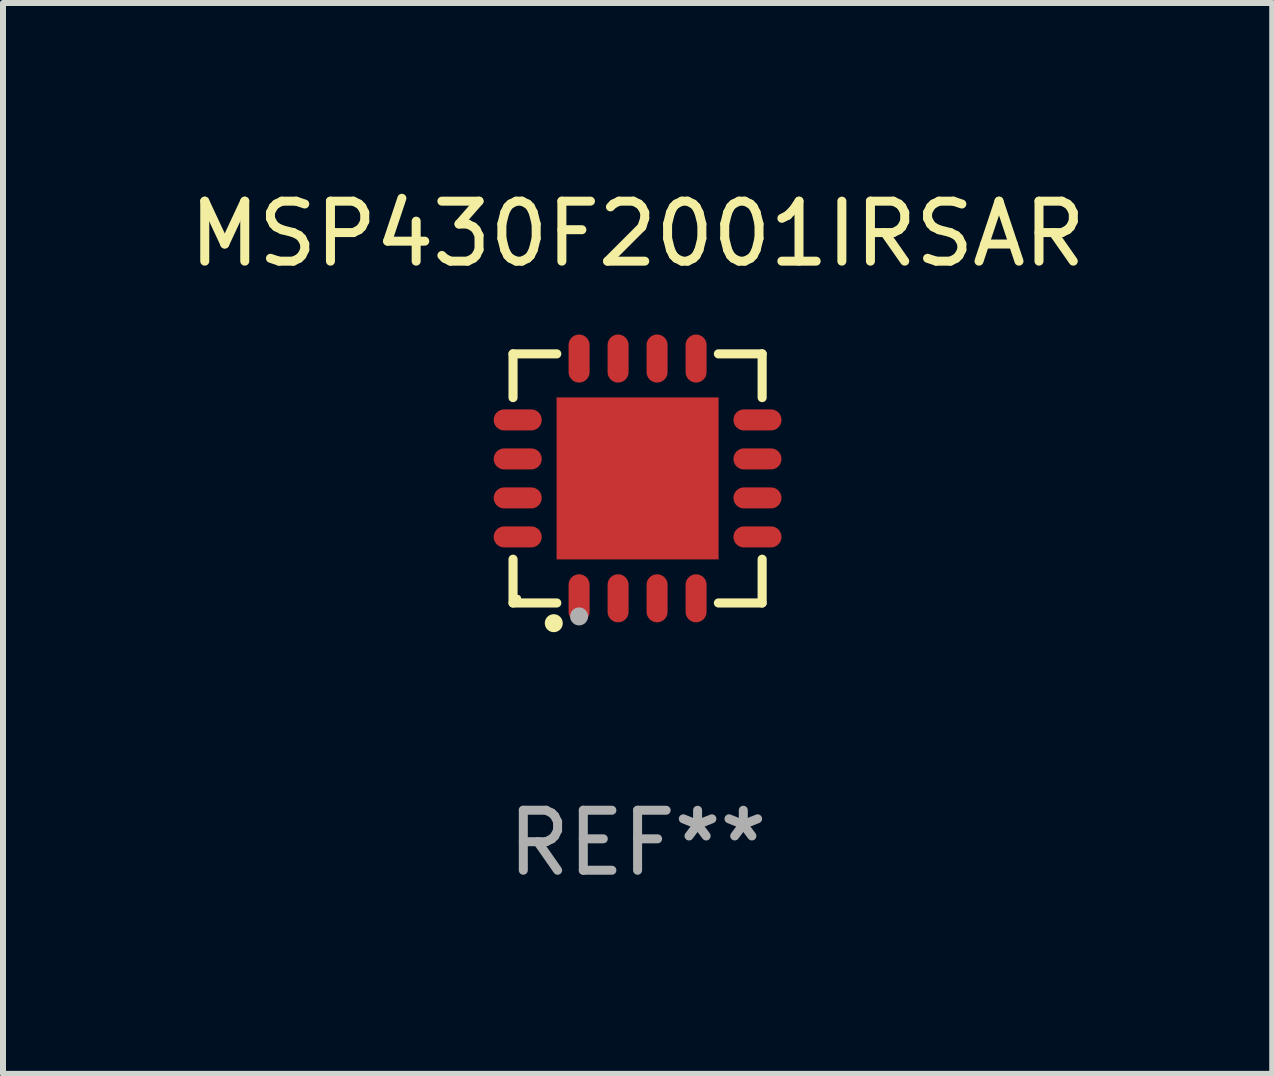
<source format=kicad_pcb>
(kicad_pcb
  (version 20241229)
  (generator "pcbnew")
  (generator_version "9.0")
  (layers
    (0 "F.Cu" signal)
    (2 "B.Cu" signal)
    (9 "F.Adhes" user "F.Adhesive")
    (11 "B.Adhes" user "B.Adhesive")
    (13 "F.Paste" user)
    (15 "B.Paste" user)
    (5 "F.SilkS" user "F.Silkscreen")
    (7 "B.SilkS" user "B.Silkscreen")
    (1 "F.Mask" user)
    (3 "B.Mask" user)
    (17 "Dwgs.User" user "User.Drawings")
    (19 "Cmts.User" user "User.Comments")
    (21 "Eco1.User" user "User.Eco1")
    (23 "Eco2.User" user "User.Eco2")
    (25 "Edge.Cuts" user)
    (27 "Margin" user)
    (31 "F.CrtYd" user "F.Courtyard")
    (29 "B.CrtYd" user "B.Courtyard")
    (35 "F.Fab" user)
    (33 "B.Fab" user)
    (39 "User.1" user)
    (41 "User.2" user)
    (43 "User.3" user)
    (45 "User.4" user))
  (footprint "MSP430F2001IRSAR"
    (layer "F.Cu")
    (at 7.577 4.924)
    (property "Reference" "MSP430F2001IRSAR" (at 0 -4.076 0) (layer "F.SilkS") (effects (font (size 1 1) (thickness 0.15))))
    (attr through_hole)
    (fp_line (start -2.076 -2.076) (end -1.347 -2.076) (stroke (width 0.152) (type solid)) (layer "F.SilkS"))
    (fp_line (start -2.076 -1.347) (end -2.076 -2.076) (stroke (width 0.152) (type solid)) (layer "F.SilkS"))
    (fp_line (start -2.076 1.347) (end -2.076 2.076) (stroke (width 0.152) (type solid)) (layer "F.SilkS"))
    (fp_line (start -2.076 2.076) (end -1.347 2.076) (stroke (width 0.152) (type solid)) (layer "F.SilkS"))
    (fp_line (start 2.076 -2.076) (end 1.347 -2.076) (stroke (width 0.152) (type solid)) (layer "F.SilkS"))
    (fp_line (start 2.076 -1.347) (end 2.076 -2.076) (stroke (width 0.152) (type solid)) (layer "F.SilkS"))
    (fp_line (start 2.076 1.347) (end 2.076 2.076) (stroke (width 0.152) (type solid)) (layer "F.SilkS"))
    (fp_line (start 2.076 2.076) (end 1.347 2.076) (stroke (width 0.152) (type solid)) (layer "F.SilkS"))
    (fp_circle (center -2 2) (end -1.97 2) (stroke (width 0.06) (type solid)) (fill no) (layer "F.SilkS"))
    (fp_circle (center -1.397 2.413) (end -1.322 2.413) (stroke (width 0.15) (type solid)) (fill no) (layer "F.SilkS"))
    (fp_circle (center -0.975 2.3) (end -0.9 2.3) (stroke (width 0.15) (type solid)) (fill no) (layer "F.Fab"))
    (fp_text user "REF**" (at 0 6.076 0) (layer "F.Fab") (effects (font (size 1 1) (thickness 0.15))))
    (pad "1" smd oval (at -0.975 1.998) (size 0.35 0.8) (layers "F.Cu" "F.Mask" "F.Paste"))
    (pad "2" smd oval (at -0.325 1.998) (size 0.35 0.8) (layers "F.Cu" "F.Mask" "F.Paste"))
    (pad "3" smd oval (at 0.325 1.998) (size 0.35 0.8) (layers "F.Cu" "F.Mask" "F.Paste"))
    (pad "4" smd oval (at 0.975 1.998) (size 0.35 0.8) (layers "F.Cu" "F.Mask" "F.Paste"))
    (pad "5" smd oval (at 1.998 0.975) (size 0.8 0.35) (layers "F.Cu" "F.Mask" "F.Paste"))
    (pad "6" smd oval (at 1.998 0.325) (size 0.8 0.35) (layers "F.Cu" "F.Mask" "F.Paste"))
    (pad "7" smd oval (at 1.998 -0.325) (size 0.8 0.35) (layers "F.Cu" "F.Mask" "F.Paste"))
    (pad "8" smd oval (at 1.998 -0.975) (size 0.8 0.35) (layers "F.Cu" "F.Mask" "F.Paste"))
    (pad "9" smd oval (at 0.975 -1.998) (size 0.35 0.8) (layers "F.Cu" "F.Mask" "F.Paste"))
    (pad "10" smd oval (at 0.325 -1.998) (size 0.35 0.8) (layers "F.Cu" "F.Mask" "F.Paste"))
    (pad "11" smd oval (at -0.325 -1.998) (size 0.35 0.8) (layers "F.Cu" "F.Mask" "F.Paste"))
    (pad "12" smd oval (at -0.975 -1.998) (size 0.35 0.8) (layers "F.Cu" "F.Mask" "F.Paste"))
    (pad "13" smd oval (at -1.998 -0.975) (size 0.8 0.35) (layers "F.Cu" "F.Mask" "F.Paste"))
    (pad "14" smd oval (at -1.998 -0.325) (size 0.8 0.35) (layers "F.Cu" "F.Mask" "F.Paste"))
    (pad "15" smd oval (at -1.998 0.325) (size 0.8 0.35) (layers "F.Cu" "F.Mask" "F.Paste"))
    (pad "16" smd oval (at -1.998 0.975) (size 0.8 0.35) (layers "F.Cu" "F.Mask" "F.Paste"))
    (pad "17" smd rect (at 0 0) (size 2.7 2.7) (layers "F.Cu" "F.Mask" "F.Paste")))
  (gr_rect
    (start -3 -3)
    (end 18.155 14.849)
    (stroke (width 0.1) (type default))
    (fill no)
    (layer "Edge.Cuts")))
</source>
